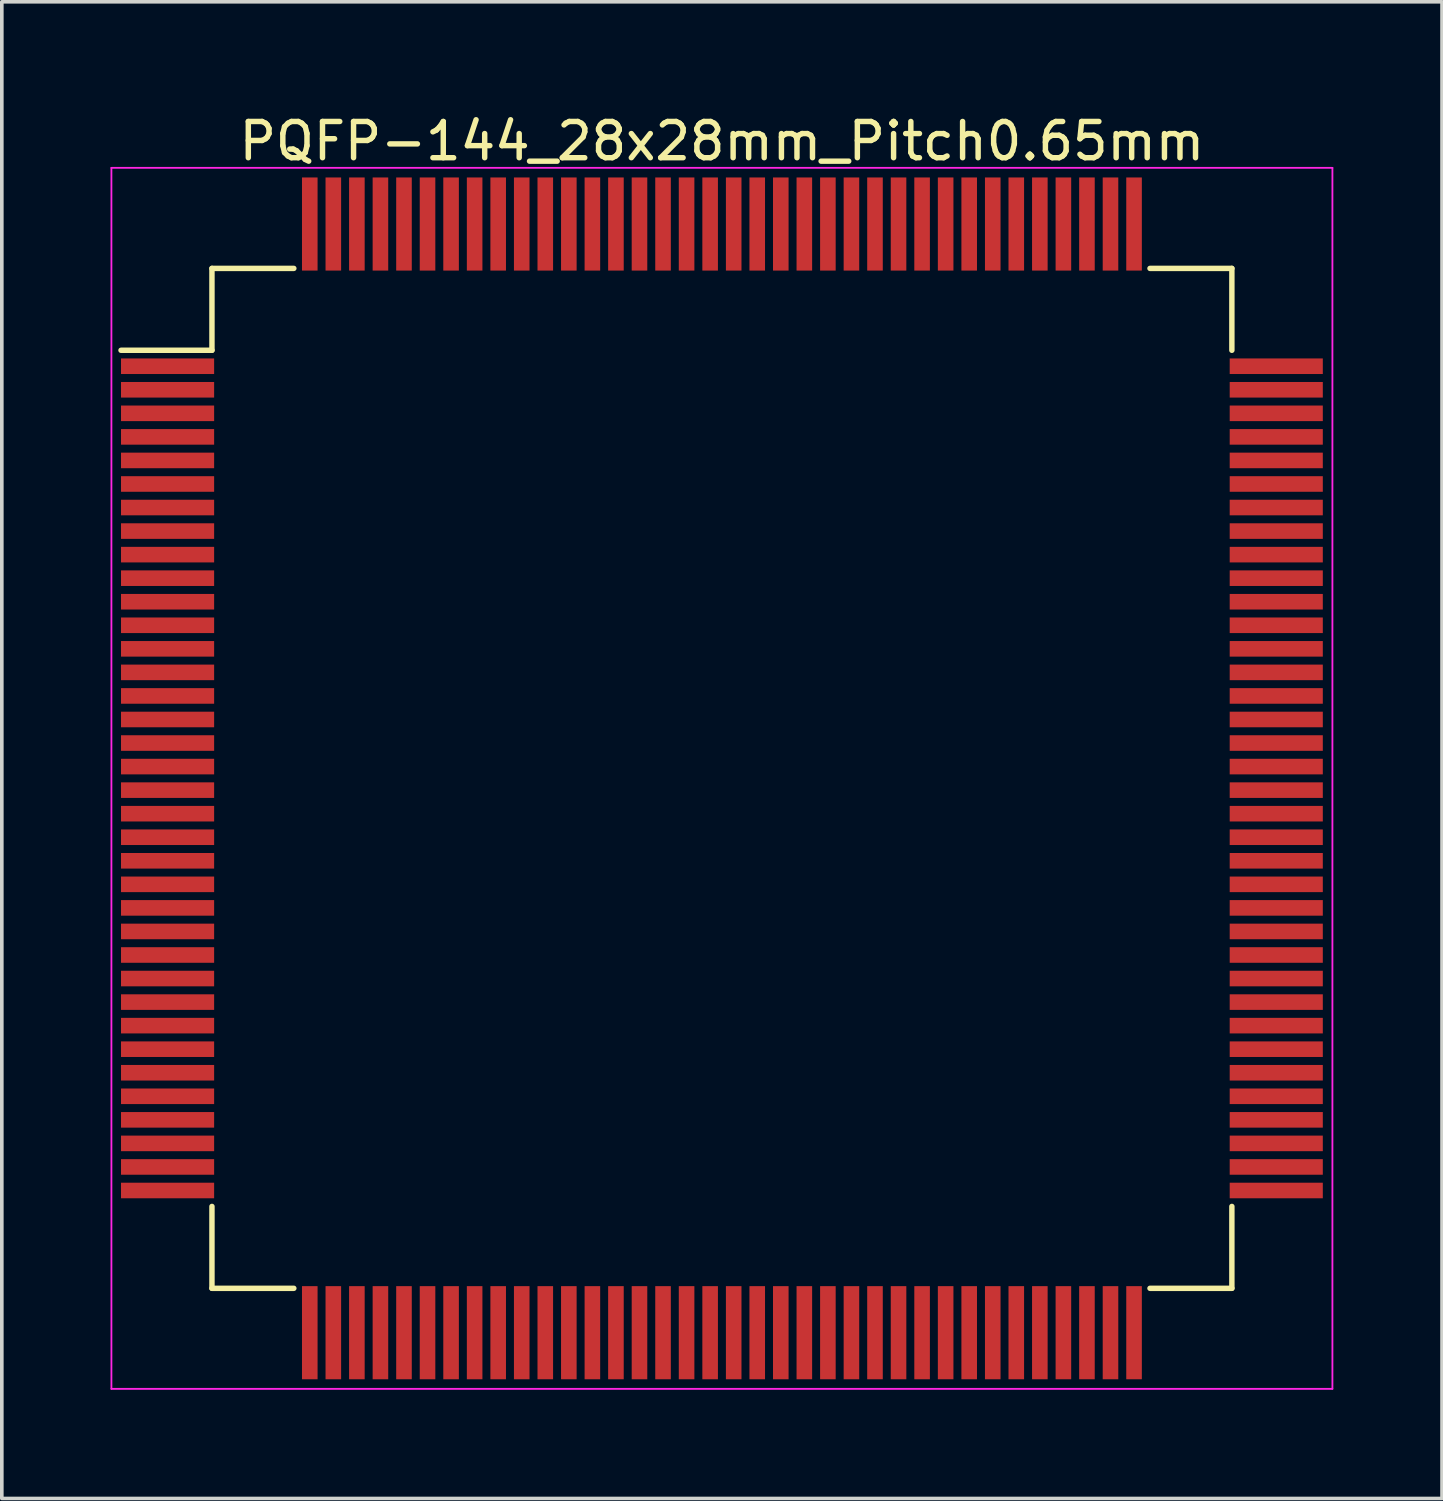
<source format=kicad_pcb>
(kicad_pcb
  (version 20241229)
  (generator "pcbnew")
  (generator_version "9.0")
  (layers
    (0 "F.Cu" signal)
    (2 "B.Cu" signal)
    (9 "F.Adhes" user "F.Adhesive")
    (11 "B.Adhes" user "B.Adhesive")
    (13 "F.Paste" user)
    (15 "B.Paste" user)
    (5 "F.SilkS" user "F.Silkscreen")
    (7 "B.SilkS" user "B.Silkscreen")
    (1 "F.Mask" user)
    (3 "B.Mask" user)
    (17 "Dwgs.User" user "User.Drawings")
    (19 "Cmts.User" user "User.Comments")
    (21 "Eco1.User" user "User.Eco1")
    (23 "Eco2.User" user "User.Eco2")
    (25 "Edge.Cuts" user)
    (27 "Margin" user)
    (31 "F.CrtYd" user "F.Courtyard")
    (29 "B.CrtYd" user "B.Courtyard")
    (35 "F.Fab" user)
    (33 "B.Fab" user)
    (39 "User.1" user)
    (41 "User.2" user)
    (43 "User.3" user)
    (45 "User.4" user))
  (footprint "PQFP-144_28x28mm_Pitch0.65mm"
    (layer "F.Cu")
    (at 16.875 18.433)
    (property "Reference" "PQFP-144_28x28mm_Pitch0.65mm" (at 0 -17.585 0) (layer "F.SilkS") (effects (font (size 1 1) (thickness 0.15))))
    (attr smd)
    (fp_line (start -14.075 -14.075) (end -14.075 -11.815) (stroke (width 0.15) (type solid)) (layer "F.SilkS"))
    (fp_line (start -14.075 -14.075) (end -11.815 -14.075) (stroke (width 0.15) (type solid)) (layer "F.SilkS"))
    (fp_line (start -14.075 -11.815) (end -16.585 -11.815) (stroke (width 0.15) (type solid)) (layer "F.SilkS"))
    (fp_line (start -14.075 14.075) (end -14.075 11.815) (stroke (width 0.15) (type solid)) (layer "F.SilkS"))
    (fp_line (start -14.075 14.075) (end -11.815 14.075) (stroke (width 0.15) (type solid)) (layer "F.SilkS"))
    (fp_line (start 14.075 -14.075) (end 11.815 -14.075) (stroke (width 0.15) (type solid)) (layer "F.SilkS"))
    (fp_line (start 14.075 -14.075) (end 14.075 -11.815) (stroke (width 0.15) (type solid)) (layer "F.SilkS"))
    (fp_line (start 14.075 14.075) (end 11.815 14.075) (stroke (width 0.15) (type solid)) (layer "F.SilkS"))
    (fp_line (start 14.075 14.075) (end 14.075 11.815) (stroke (width 0.15) (type solid)) (layer "F.SilkS"))
    (fp_line (start -16.85 -16.85) (end -16.85 16.85) (stroke (width 0.05) (type solid)) (layer "F.CrtYd"))
    (fp_line (start -16.85 -16.85) (end 16.85 -16.85) (stroke (width 0.05) (type solid)) (layer "F.CrtYd"))
    (fp_line (start -16.85 16.85) (end 16.85 16.85) (stroke (width 0.05) (type solid)) (layer "F.CrtYd"))
    (fp_line (start 16.85 -16.85) (end 16.85 16.85) (stroke (width 0.05) (type solid)) (layer "F.CrtYd"))
    (pad "1" smd rect (at -15.3 -11.375) (size 2.57 0.43) (layers "F.Cu" "F.Mask" "F.Paste"))
    (pad "2" smd rect (at -15.3 -10.725) (size 2.57 0.43) (layers "F.Cu" "F.Mask" "F.Paste"))
    (pad "3" smd rect (at -15.3 -10.075) (size 2.57 0.43) (layers "F.Cu" "F.Mask" "F.Paste"))
    (pad "4" smd rect (at -15.3 -9.425) (size 2.57 0.43) (layers "F.Cu" "F.Mask" "F.Paste"))
    (pad "5" smd rect (at -15.3 -8.775) (size 2.57 0.43) (layers "F.Cu" "F.Mask" "F.Paste"))
    (pad "6" smd rect (at -15.3 -8.125) (size 2.57 0.43) (layers "F.Cu" "F.Mask" "F.Paste"))
    (pad "7" smd rect (at -15.3 -7.475) (size 2.57 0.43) (layers "F.Cu" "F.Mask" "F.Paste"))
    (pad "8" smd rect (at -15.3 -6.825) (size 2.57 0.43) (layers "F.Cu" "F.Mask" "F.Paste"))
    (pad "9" smd rect (at -15.3 -6.175) (size 2.57 0.43) (layers "F.Cu" "F.Mask" "F.Paste"))
    (pad "10" smd rect (at -15.3 -5.525) (size 2.57 0.43) (layers "F.Cu" "F.Mask" "F.Paste"))
    (pad "11" smd rect (at -15.3 -4.875) (size 2.57 0.43) (layers "F.Cu" "F.Mask" "F.Paste"))
    (pad "12" smd rect (at -15.3 -4.225) (size 2.57 0.43) (layers "F.Cu" "F.Mask" "F.Paste"))
    (pad "13" smd rect (at -15.3 -3.575) (size 2.57 0.43) (layers "F.Cu" "F.Mask" "F.Paste"))
    (pad "14" smd rect (at -15.3 -2.925) (size 2.57 0.43) (layers "F.Cu" "F.Mask" "F.Paste"))
    (pad "15" smd rect (at -15.3 -2.275) (size 2.57 0.43) (layers "F.Cu" "F.Mask" "F.Paste"))
    (pad "16" smd rect (at -15.3 -1.625) (size 2.57 0.43) (layers "F.Cu" "F.Mask" "F.Paste"))
    (pad "17" smd rect (at -15.3 -0.975) (size 2.57 0.43) (layers "F.Cu" "F.Mask" "F.Paste"))
    (pad "18" smd rect (at -15.3 -0.325) (size 2.57 0.43) (layers "F.Cu" "F.Mask" "F.Paste"))
    (pad "19" smd rect (at -15.3 0.325) (size 2.57 0.43) (layers "F.Cu" "F.Mask" "F.Paste"))
    (pad "20" smd rect (at -15.3 0.975) (size 2.57 0.43) (layers "F.Cu" "F.Mask" "F.Paste"))
    (pad "21" smd rect (at -15.3 1.625) (size 2.57 0.43) (layers "F.Cu" "F.Mask" "F.Paste"))
    (pad "22" smd rect (at -15.3 2.275) (size 2.57 0.43) (layers "F.Cu" "F.Mask" "F.Paste"))
    (pad "23" smd rect (at -15.3 2.925) (size 2.57 0.43) (layers "F.Cu" "F.Mask" "F.Paste"))
    (pad "24" smd rect (at -15.3 3.575) (size 2.57 0.43) (layers "F.Cu" "F.Mask" "F.Paste"))
    (pad "25" smd rect (at -15.3 4.225) (size 2.57 0.43) (layers "F.Cu" "F.Mask" "F.Paste"))
    (pad "26" smd rect (at -15.3 4.875) (size 2.57 0.43) (layers "F.Cu" "F.Mask" "F.Paste"))
    (pad "27" smd rect (at -15.3 5.525) (size 2.57 0.43) (layers "F.Cu" "F.Mask" "F.Paste"))
    (pad "28" smd rect (at -15.3 6.175) (size 2.57 0.43) (layers "F.Cu" "F.Mask" "F.Paste"))
    (pad "29" smd rect (at -15.3 6.825) (size 2.57 0.43) (layers "F.Cu" "F.Mask" "F.Paste"))
    (pad "30" smd rect (at -15.3 7.475) (size 2.57 0.43) (layers "F.Cu" "F.Mask" "F.Paste"))
    (pad "31" smd rect (at -15.3 8.125) (size 2.57 0.43) (layers "F.Cu" "F.Mask" "F.Paste"))
    (pad "32" smd rect (at -15.3 8.775) (size 2.57 0.43) (layers "F.Cu" "F.Mask" "F.Paste"))
    (pad "33" smd rect (at -15.3 9.425) (size 2.57 0.43) (layers "F.Cu" "F.Mask" "F.Paste"))
    (pad "34" smd rect (at -15.3 10.075) (size 2.57 0.43) (layers "F.Cu" "F.Mask" "F.Paste"))
    (pad "35" smd rect (at -15.3 10.725) (size 2.57 0.43) (layers "F.Cu" "F.Mask" "F.Paste"))
    (pad "36" smd rect (at -15.3 11.375) (size 2.57 0.43) (layers "F.Cu" "F.Mask" "F.Paste"))
    (pad "37" smd rect (at -11.375 15.3 90) (size 2.57 0.43) (layers "F.Cu" "F.Mask" "F.Paste"))
    (pad "38" smd rect (at -10.725 15.3 90) (size 2.57 0.43) (layers "F.Cu" "F.Mask" "F.Paste"))
    (pad "39" smd rect (at -10.075 15.3 90) (size 2.57 0.43) (layers "F.Cu" "F.Mask" "F.Paste"))
    (pad "40" smd rect (at -9.425 15.3 90) (size 2.57 0.43) (layers "F.Cu" "F.Mask" "F.Paste"))
    (pad "41" smd rect (at -8.775 15.3 90) (size 2.57 0.43) (layers "F.Cu" "F.Mask" "F.Paste"))
    (pad "42" smd rect (at -8.125 15.3 90) (size 2.57 0.43) (layers "F.Cu" "F.Mask" "F.Paste"))
    (pad "43" smd rect (at -7.475 15.3 90) (size 2.57 0.43) (layers "F.Cu" "F.Mask" "F.Paste"))
    (pad "44" smd rect (at -6.825 15.3 90) (size 2.57 0.43) (layers "F.Cu" "F.Mask" "F.Paste"))
    (pad "45" smd rect (at -6.175 15.3 90) (size 2.57 0.43) (layers "F.Cu" "F.Mask" "F.Paste"))
    (pad "46" smd rect (at -5.525 15.3 90) (size 2.57 0.43) (layers "F.Cu" "F.Mask" "F.Paste"))
    (pad "47" smd rect (at -4.875 15.3 90) (size 2.57 0.43) (layers "F.Cu" "F.Mask" "F.Paste"))
    (pad "48" smd rect (at -4.225 15.3 90) (size 2.57 0.43) (layers "F.Cu" "F.Mask" "F.Paste"))
    (pad "49" smd rect (at -3.575 15.3 90) (size 2.57 0.43) (layers "F.Cu" "F.Mask" "F.Paste"))
    (pad "50" smd rect (at -2.925 15.3 90) (size 2.57 0.43) (layers "F.Cu" "F.Mask" "F.Paste"))
    (pad "51" smd rect (at -2.275 15.3 90) (size 2.57 0.43) (layers "F.Cu" "F.Mask" "F.Paste"))
    (pad "52" smd rect (at -1.625 15.3 90) (size 2.57 0.43) (layers "F.Cu" "F.Mask" "F.Paste"))
    (pad "53" smd rect (at -0.975 15.3 90) (size 2.57 0.43) (layers "F.Cu" "F.Mask" "F.Paste"))
    (pad "54" smd rect (at -0.325 15.3 90) (size 2.57 0.43) (layers "F.Cu" "F.Mask" "F.Paste"))
    (pad "55" smd rect (at 0.325 15.3 90) (size 2.57 0.43) (layers "F.Cu" "F.Mask" "F.Paste"))
    (pad "56" smd rect (at 0.975 15.3 90) (size 2.57 0.43) (layers "F.Cu" "F.Mask" "F.Paste"))
    (pad "57" smd rect (at 1.625 15.3 90) (size 2.57 0.43) (layers "F.Cu" "F.Mask" "F.Paste"))
    (pad "58" smd rect (at 2.275 15.3 90) (size 2.57 0.43) (layers "F.Cu" "F.Mask" "F.Paste"))
    (pad "59" smd rect (at 2.925 15.3 90) (size 2.57 0.43) (layers "F.Cu" "F.Mask" "F.Paste"))
    (pad "60" smd rect (at 3.575 15.3 90) (size 2.57 0.43) (layers "F.Cu" "F.Mask" "F.Paste"))
    (pad "61" smd rect (at 4.225 15.3 90) (size 2.57 0.43) (layers "F.Cu" "F.Mask" "F.Paste"))
    (pad "62" smd rect (at 4.875 15.3 90) (size 2.57 0.43) (layers "F.Cu" "F.Mask" "F.Paste"))
    (pad "63" smd rect (at 5.525 15.3 90) (size 2.57 0.43) (layers "F.Cu" "F.Mask" "F.Paste"))
    (pad "64" smd rect (at 6.175 15.3 90) (size 2.57 0.43) (layers "F.Cu" "F.Mask" "F.Paste"))
    (pad "65" smd rect (at 6.825 15.3 90) (size 2.57 0.43) (layers "F.Cu" "F.Mask" "F.Paste"))
    (pad "66" smd rect (at 7.475 15.3 90) (size 2.57 0.43) (layers "F.Cu" "F.Mask" "F.Paste"))
    (pad "67" smd rect (at 8.125 15.3 90) (size 2.57 0.43) (layers "F.Cu" "F.Mask" "F.Paste"))
    (pad "68" smd rect (at 8.775 15.3 90) (size 2.57 0.43) (layers "F.Cu" "F.Mask" "F.Paste"))
    (pad "69" smd rect (at 9.425 15.3 90) (size 2.57 0.43) (layers "F.Cu" "F.Mask" "F.Paste"))
    (pad "70" smd rect (at 10.075 15.3 90) (size 2.57 0.43) (layers "F.Cu" "F.Mask" "F.Paste"))
    (pad "71" smd rect (at 10.725 15.3 90) (size 2.57 0.43) (layers "F.Cu" "F.Mask" "F.Paste"))
    (pad "72" smd rect (at 11.375 15.3 90) (size 2.57 0.43) (layers "F.Cu" "F.Mask" "F.Paste"))
    (pad "73" smd rect (at 15.3 11.375) (size 2.57 0.43) (layers "F.Cu" "F.Mask" "F.Paste"))
    (pad "74" smd rect (at 15.3 10.725) (size 2.57 0.43) (layers "F.Cu" "F.Mask" "F.Paste"))
    (pad "75" smd rect (at 15.3 10.075) (size 2.57 0.43) (layers "F.Cu" "F.Mask" "F.Paste"))
    (pad "76" smd rect (at 15.3 9.425) (size 2.57 0.43) (layers "F.Cu" "F.Mask" "F.Paste"))
    (pad "77" smd rect (at 15.3 8.775) (size 2.57 0.43) (layers "F.Cu" "F.Mask" "F.Paste"))
    (pad "78" smd rect (at 15.3 8.125) (size 2.57 0.43) (layers "F.Cu" "F.Mask" "F.Paste"))
    (pad "79" smd rect (at 15.3 7.475) (size 2.57 0.43) (layers "F.Cu" "F.Mask" "F.Paste"))
    (pad "80" smd rect (at 15.3 6.825) (size 2.57 0.43) (layers "F.Cu" "F.Mask" "F.Paste"))
    (pad "81" smd rect (at 15.3 6.175) (size 2.57 0.43) (layers "F.Cu" "F.Mask" "F.Paste"))
    (pad "82" smd rect (at 15.3 5.525) (size 2.57 0.43) (layers "F.Cu" "F.Mask" "F.Paste"))
    (pad "83" smd rect (at 15.3 4.875) (size 2.57 0.43) (layers "F.Cu" "F.Mask" "F.Paste"))
    (pad "84" smd rect (at 15.3 4.225) (size 2.57 0.43) (layers "F.Cu" "F.Mask" "F.Paste"))
    (pad "85" smd rect (at 15.3 3.575) (size 2.57 0.43) (layers "F.Cu" "F.Mask" "F.Paste"))
    (pad "86" smd rect (at 15.3 2.925) (size 2.57 0.43) (layers "F.Cu" "F.Mask" "F.Paste"))
    (pad "87" smd rect (at 15.3 2.275) (size 2.57 0.43) (layers "F.Cu" "F.Mask" "F.Paste"))
    (pad "88" smd rect (at 15.3 1.625) (size 2.57 0.43) (layers "F.Cu" "F.Mask" "F.Paste"))
    (pad "89" smd rect (at 15.3 0.975) (size 2.57 0.43) (layers "F.Cu" "F.Mask" "F.Paste"))
    (pad "90" smd rect (at 15.3 0.325) (size 2.57 0.43) (layers "F.Cu" "F.Mask" "F.Paste"))
    (pad "91" smd rect (at 15.3 -0.325) (size 2.57 0.43) (layers "F.Cu" "F.Mask" "F.Paste"))
    (pad "92" smd rect (at 15.3 -0.975) (size 2.57 0.43) (layers "F.Cu" "F.Mask" "F.Paste"))
    (pad "93" smd rect (at 15.3 -1.625) (size 2.57 0.43) (layers "F.Cu" "F.Mask" "F.Paste"))
    (pad "94" smd rect (at 15.3 -2.275) (size 2.57 0.43) (layers "F.Cu" "F.Mask" "F.Paste"))
    (pad "95" smd rect (at 15.3 -2.925) (size 2.57 0.43) (layers "F.Cu" "F.Mask" "F.Paste"))
    (pad "96" smd rect (at 15.3 -3.575) (size 2.57 0.43) (layers "F.Cu" "F.Mask" "F.Paste"))
    (pad "97" smd rect (at 15.3 -4.225) (size 2.57 0.43) (layers "F.Cu" "F.Mask" "F.Paste"))
    (pad "98" smd rect (at 15.3 -4.875) (size 2.57 0.43) (layers "F.Cu" "F.Mask" "F.Paste"))
    (pad "99" smd rect (at 15.3 -5.525) (size 2.57 0.43) (layers "F.Cu" "F.Mask" "F.Paste"))
    (pad "100" smd rect (at 15.3 -6.175) (size 2.57 0.43) (layers "F.Cu" "F.Mask" "F.Paste"))
    (pad "101" smd rect (at 15.3 -6.825) (size 2.57 0.43) (layers "F.Cu" "F.Mask" "F.Paste"))
    (pad "102" smd rect (at 15.3 -7.475) (size 2.57 0.43) (layers "F.Cu" "F.Mask" "F.Paste"))
    (pad "103" smd rect (at 15.3 -8.125) (size 2.57 0.43) (layers "F.Cu" "F.Mask" "F.Paste"))
    (pad "104" smd rect (at 15.3 -8.775) (size 2.57 0.43) (layers "F.Cu" "F.Mask" "F.Paste"))
    (pad "105" smd rect (at 15.3 -9.425) (size 2.57 0.43) (layers "F.Cu" "F.Mask" "F.Paste"))
    (pad "106" smd rect (at 15.3 -10.075) (size 2.57 0.43) (layers "F.Cu" "F.Mask" "F.Paste"))
    (pad "107" smd rect (at 15.3 -10.725) (size 2.57 0.43) (layers "F.Cu" "F.Mask" "F.Paste"))
    (pad "108" smd rect (at 15.3 -11.375) (size 2.57 0.43) (layers "F.Cu" "F.Mask" "F.Paste"))
    (pad "109" smd rect (at 11.375 -15.3 90) (size 2.57 0.43) (layers "F.Cu" "F.Mask" "F.Paste"))
    (pad "110" smd rect (at 10.725 -15.3 90) (size 2.57 0.43) (layers "F.Cu" "F.Mask" "F.Paste"))
    (pad "111" smd rect (at 10.075 -15.3 90) (size 2.57 0.43) (layers "F.Cu" "F.Mask" "F.Paste"))
    (pad "112" smd rect (at 9.425 -15.3 90) (size 2.57 0.43) (layers "F.Cu" "F.Mask" "F.Paste"))
    (pad "113" smd rect (at 8.775 -15.3 90) (size 2.57 0.43) (layers "F.Cu" "F.Mask" "F.Paste"))
    (pad "114" smd rect (at 8.125 -15.3 90) (size 2.57 0.43) (layers "F.Cu" "F.Mask" "F.Paste"))
    (pad "115" smd rect (at 7.475 -15.3 90) (size 2.57 0.43) (layers "F.Cu" "F.Mask" "F.Paste"))
    (pad "116" smd rect (at 6.825 -15.3 90) (size 2.57 0.43) (layers "F.Cu" "F.Mask" "F.Paste"))
    (pad "117" smd rect (at 6.175 -15.3 90) (size 2.57 0.43) (layers "F.Cu" "F.Mask" "F.Paste"))
    (pad "118" smd rect (at 5.525 -15.3 90) (size 2.57 0.43) (layers "F.Cu" "F.Mask" "F.Paste"))
    (pad "119" smd rect (at 4.875 -15.3 90) (size 2.57 0.43) (layers "F.Cu" "F.Mask" "F.Paste"))
    (pad "120" smd rect (at 4.225 -15.3 90) (size 2.57 0.43) (layers "F.Cu" "F.Mask" "F.Paste"))
    (pad "121" smd rect (at 3.575 -15.3 90) (size 2.57 0.43) (layers "F.Cu" "F.Mask" "F.Paste"))
    (pad "122" smd rect (at 2.925 -15.3 90) (size 2.57 0.43) (layers "F.Cu" "F.Mask" "F.Paste"))
    (pad "123" smd rect (at 2.275 -15.3 90) (size 2.57 0.43) (layers "F.Cu" "F.Mask" "F.Paste"))
    (pad "124" smd rect (at 1.625 -15.3 90) (size 2.57 0.43) (layers "F.Cu" "F.Mask" "F.Paste"))
    (pad "125" smd rect (at 0.975 -15.3 90) (size 2.57 0.43) (layers "F.Cu" "F.Mask" "F.Paste"))
    (pad "126" smd rect (at 0.325 -15.3 90) (size 2.57 0.43) (layers "F.Cu" "F.Mask" "F.Paste"))
    (pad "127" smd rect (at -0.325 -15.3 90) (size 2.57 0.43) (layers "F.Cu" "F.Mask" "F.Paste"))
    (pad "128" smd rect (at -0.975 -15.3 90) (size 2.57 0.43) (layers "F.Cu" "F.Mask" "F.Paste"))
    (pad "129" smd rect (at -1.625 -15.3 90) (size 2.57 0.43) (layers "F.Cu" "F.Mask" "F.Paste"))
    (pad "130" smd rect (at -2.275 -15.3 90) (size 2.57 0.43) (layers "F.Cu" "F.Mask" "F.Paste"))
    (pad "131" smd rect (at -2.925 -15.3 90) (size 2.57 0.43) (layers "F.Cu" "F.Mask" "F.Paste"))
    (pad "132" smd rect (at -3.575 -15.3 90) (size 2.57 0.43) (layers "F.Cu" "F.Mask" "F.Paste"))
    (pad "133" smd rect (at -4.225 -15.3 90) (size 2.57 0.43) (layers "F.Cu" "F.Mask" "F.Paste"))
    (pad "134" smd rect (at -4.875 -15.3 90) (size 2.57 0.43) (layers "F.Cu" "F.Mask" "F.Paste"))
    (pad "135" smd rect (at -5.525 -15.3 90) (size 2.57 0.43) (layers "F.Cu" "F.Mask" "F.Paste"))
    (pad "136" smd rect (at -6.175 -15.3 90) (size 2.57 0.43) (layers "F.Cu" "F.Mask" "F.Paste"))
    (pad "137" smd rect (at -6.825 -15.3 90) (size 2.57 0.43) (layers "F.Cu" "F.Mask" "F.Paste"))
    (pad "138" smd rect (at -7.475 -15.3 90) (size 2.57 0.43) (layers "F.Cu" "F.Mask" "F.Paste"))
    (pad "139" smd rect (at -8.125 -15.3 90) (size 2.57 0.43) (layers "F.Cu" "F.Mask" "F.Paste"))
    (pad "140" smd rect (at -8.775 -15.3 90) (size 2.57 0.43) (layers "F.Cu" "F.Mask" "F.Paste"))
    (pad "141" smd rect (at -9.425 -15.3 90) (size 2.57 0.43) (layers "F.Cu" "F.Mask" "F.Paste"))
    (pad "142" smd rect (at -10.075 -15.3 90) (size 2.57 0.43) (layers "F.Cu" "F.Mask" "F.Paste"))
    (pad "143" smd rect (at -10.725 -15.3 90) (size 2.57 0.43) (layers "F.Cu" "F.Mask" "F.Paste"))
    (pad "144" smd rect (at -11.375 -15.3 90) (size 2.57 0.43) (layers "F.Cu" "F.Mask" "F.Paste")))
  (gr_rect
    (start -3 -3)
    (end 36.75 38.308)
    (stroke (width 0.1) (type default))
    (fill no)
    (layer "Edge.Cuts")))
</source>
